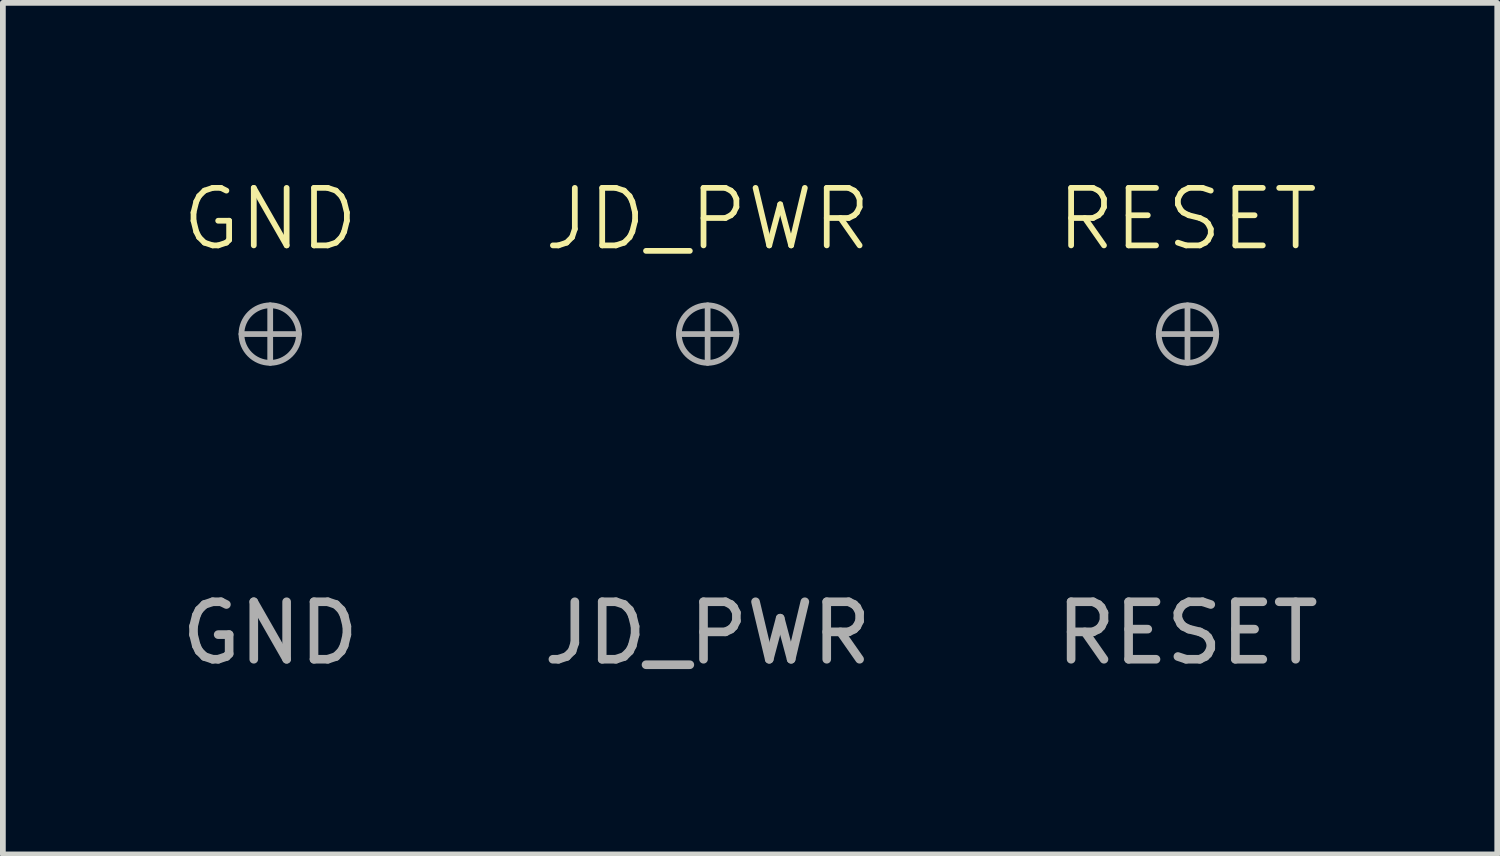
<source format=kicad_pcb>
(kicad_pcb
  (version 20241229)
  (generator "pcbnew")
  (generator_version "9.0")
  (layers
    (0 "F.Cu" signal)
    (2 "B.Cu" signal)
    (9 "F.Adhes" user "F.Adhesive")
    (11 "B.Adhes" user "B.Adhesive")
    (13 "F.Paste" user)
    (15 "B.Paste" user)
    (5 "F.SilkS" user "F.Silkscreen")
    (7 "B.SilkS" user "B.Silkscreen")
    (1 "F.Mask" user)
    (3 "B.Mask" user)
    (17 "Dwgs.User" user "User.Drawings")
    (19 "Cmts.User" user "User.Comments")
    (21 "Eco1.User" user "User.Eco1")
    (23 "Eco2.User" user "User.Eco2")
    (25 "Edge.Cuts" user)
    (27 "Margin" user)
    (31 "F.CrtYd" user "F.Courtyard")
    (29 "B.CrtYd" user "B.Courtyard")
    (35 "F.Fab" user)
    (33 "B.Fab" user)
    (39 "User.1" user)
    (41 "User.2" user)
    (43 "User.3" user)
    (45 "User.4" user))
  (footprint "GND"
    (layer "F.Cu")
    (at 1.649 2.76)
    (property "Reference" "GND" (at 0 -2 0) (unlocked yes) (layer "F.SilkS") (effects (font (size 1 1) (thickness 0.1))))
    (attr exclude_from_pos_files exclude_from_bom allow_missing_courtyard dnp)
    (fp_line (start -0.5 0) (end 0.5 0) (stroke (width 0.1) (type solid)) (layer "F.Fab"))
    (fp_line (start 0 -0.5) (end 0 0.5) (stroke (width 0.1) (type solid)) (layer "F.Fab"))
    (fp_circle (center 0 0) (end 0.5 0) (stroke (width 0.1) (type solid)) (fill no) (layer "F.Fab"))
    (fp_line (start 0 0) (end 0 0) (stroke (width 0.12) (type solid)) (layer "User.1"))
    (fp_text user "${REFERENCE}" (at 0 5.2 0) (unlocked yes) (layer "F.Fab") (effects (font (size 1 1) (thickness 0.15))))
    (pad "1" smd circle (at 0 0) (size 0.125 0.125) (layers "F.Cu")))
  (footprint "RESET"
    (layer "F.Cu")
    (at 17.601 2.76)
    (property "Reference" "RESET" (at 0 -2 0) (unlocked yes) (layer "F.SilkS") (effects (font (size 1 1) (thickness 0.1))))
    (attr exclude_from_pos_files exclude_from_bom allow_missing_courtyard dnp)
    (fp_line (start -0.5 0) (end 0.5 0) (stroke (width 0.1) (type solid)) (layer "F.Fab"))
    (fp_line (start 0 -0.5) (end 0 0.5) (stroke (width 0.1) (type solid)) (layer "F.Fab"))
    (fp_circle (center 0 0) (end 0.5 0) (stroke (width 0.1) (type solid)) (fill no) (layer "F.Fab"))
    (fp_line (start 0 0) (end 0 0) (stroke (width 0.17) (type solid)) (layer "User.1"))
    (fp_text user "${REFERENCE}" (at 0 5.2 0) (unlocked yes) (layer "F.Fab") (effects (font (size 1 1) (thickness 0.15))))
    (pad "1" smd circle (at 0 0) (size 0.125 0.125) (layers "F.Cu"))
    (zone (net_name "") (layers "F.Cu" "B.Cu") (hatch edge 0.5) (connect_pads) (min_thickness 0.25) (filled_areas_thickness no) (keepout (tracks allowed) (vias not_allowed) (pads allowed) (copperpour not_allowed) (footprints allowed)) (placement (enabled no)) (fill) (polygon (pts (xy 18.097 2.691) (xy 18.063 2.565) (xy 17.998 2.452) (xy 17.906 2.36) (xy 17.793 2.294) (xy 17.666 2.26) (xy 17.536 2.26) (xy 17.41 2.294) (xy 17.297 2.36) (xy 17.205 2.452) (xy 17.139 2.565) (xy 17.105 2.691) (xy 17.105 2.821) (xy 17.139 2.948) (xy 17.205 3.061) (xy 17.297 3.153) (xy 17.41 3.218) (xy 17.536 3.252) (xy 17.666 3.252) (xy 17.793 3.218) (xy 17.906 3.153) (xy 17.998 3.061) (xy 18.063 2.948) (xy 18.097 2.821)))))
  (footprint "JD_PWR"
    (layer "F.Cu")
    (at 9.256 2.76)
    (property "Reference" "JD_PWR" (at 0 -2 0) (unlocked yes) (layer "F.SilkS") (effects (font (size 1 1) (thickness 0.1))))
    (attr exclude_from_pos_files exclude_from_bom allow_missing_courtyard dnp)
    (fp_line (start -0.5 0) (end 0.5 0) (stroke (width 0.1) (type solid)) (layer "F.Fab"))
    (fp_line (start 0 -0.5) (end 0 0.5) (stroke (width 0.1) (type solid)) (layer "F.Fab"))
    (fp_circle (center 0 0) (end 0.5 0) (stroke (width 0.1) (type solid)) (fill no) (layer "F.Fab"))
    (fp_line (start 0 0) (end 0 0) (stroke (width 0.11) (type solid)) (layer "User.1"))
    (fp_text user "${REFERENCE}" (at 0 5.2 0) (unlocked yes) (layer "F.Fab") (effects (font (size 1 1) (thickness 0.15))))
    (pad "1" smd circle (at 0 0) (size 0.125 0.125) (layers "F.Cu"))
    (zone (net_name "") (layers "F.Cu" "B.Cu") (hatch edge 0.5) (connect_pads) (min_thickness 0.25) (filled_areas_thickness no) (keepout (tracks allowed) (vias not_allowed) (pads allowed) (copperpour not_allowed) (footprints allowed)) (placement (enabled no)) (fill) (polygon (pts (xy 9.752 2.691) (xy 9.718 2.565) (xy 9.653 2.452) (xy 9.56 2.36) (xy 9.447 2.294) (xy 9.321 2.26) (xy 9.191 2.26) (xy 9.065 2.294) (xy 8.952 2.36) (xy 8.859 2.452) (xy 8.794 2.565) (xy 8.76 2.691) (xy 8.76 2.821) (xy 8.794 2.948) (xy 8.859 3.061) (xy 8.952 3.153) (xy 9.065 3.218) (xy 9.191 3.252) (xy 9.321 3.252) (xy 9.447 3.218) (xy 9.56 3.153) (xy 9.653 3.061) (xy 9.718 2.948) (xy 9.752 2.821)))))
  (gr_rect
    (start -3 -3)
    (end 22.988 11.809)
    (stroke (width 0.1) (type default))
    (fill no)
    (layer "Edge.Cuts")))
</source>
